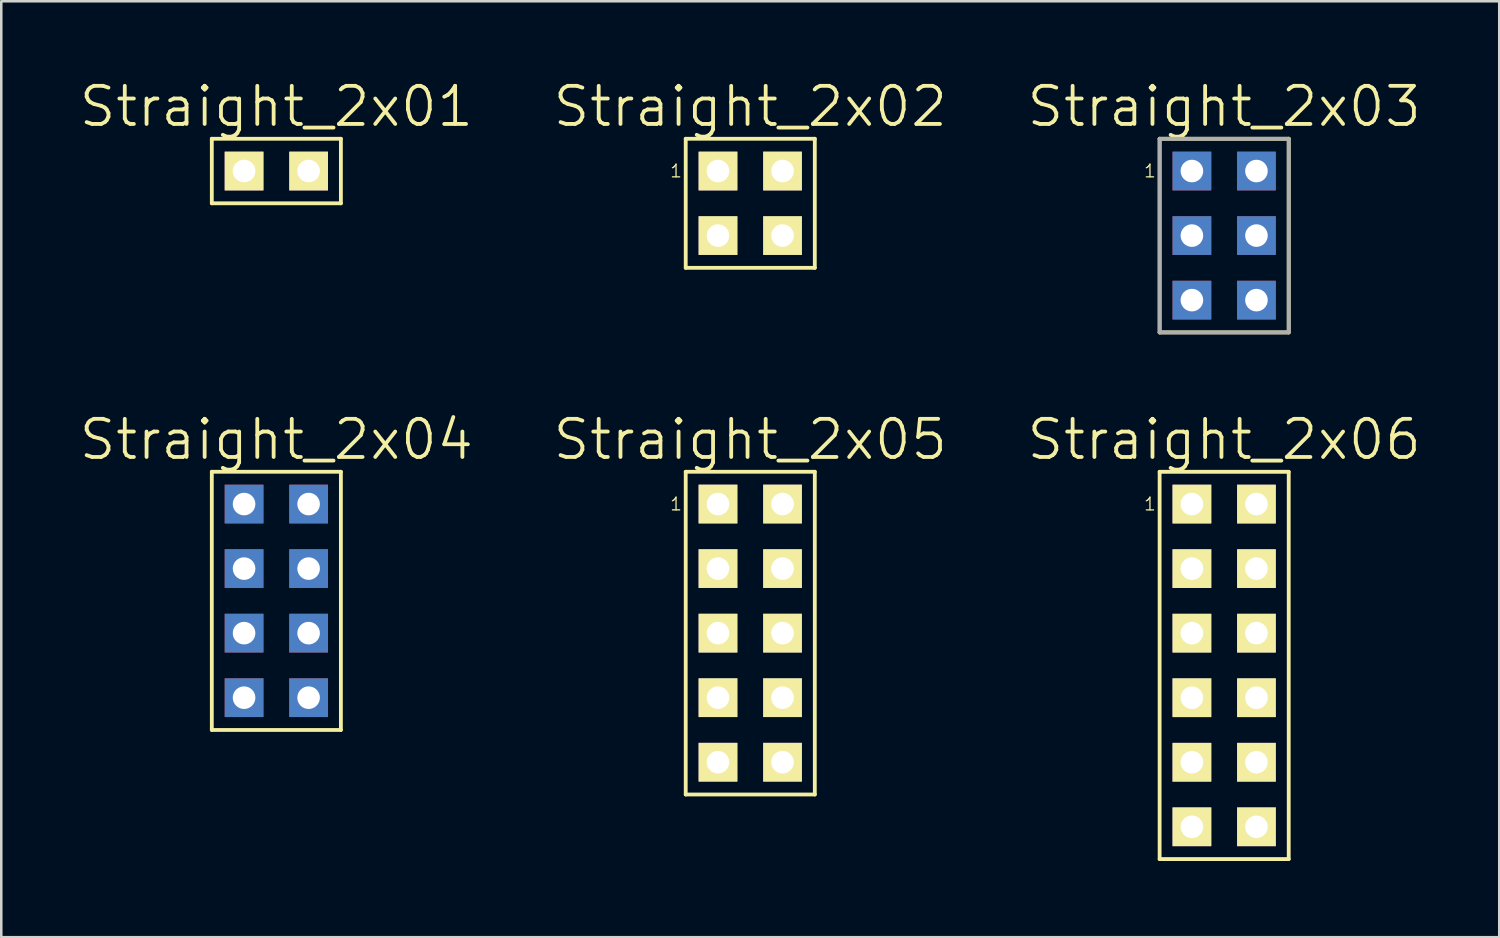
<source format=kicad_pcb>
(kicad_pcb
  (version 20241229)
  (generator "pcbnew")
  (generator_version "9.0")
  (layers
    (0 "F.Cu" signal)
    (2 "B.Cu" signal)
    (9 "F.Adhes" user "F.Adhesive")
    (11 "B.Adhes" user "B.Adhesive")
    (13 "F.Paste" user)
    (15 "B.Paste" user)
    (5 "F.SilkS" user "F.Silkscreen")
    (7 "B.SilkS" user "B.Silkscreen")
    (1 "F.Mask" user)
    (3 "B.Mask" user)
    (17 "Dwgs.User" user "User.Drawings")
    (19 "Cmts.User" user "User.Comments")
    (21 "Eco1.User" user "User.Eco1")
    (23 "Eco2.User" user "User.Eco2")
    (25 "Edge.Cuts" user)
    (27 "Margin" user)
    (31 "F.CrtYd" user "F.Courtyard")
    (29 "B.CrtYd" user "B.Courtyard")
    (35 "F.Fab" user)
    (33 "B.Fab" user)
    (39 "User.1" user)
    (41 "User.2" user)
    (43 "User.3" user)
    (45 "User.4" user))
  (footprint "Straight_2x02"
    (layer "F.Cu")
    (at 26.475 4.951)
    (property "Reference" "Straight_2x02" (at 0 -3.81 0) (layer "F.SilkS") (effects (font (size 1.5 1.5) (thickness 0.15))))
    (attr through_hole)
    (fp_line (start -2.54 -2.54) (end 2.54 -2.54) (stroke (width 0.15) (type solid)) (layer "F.SilkS"))
    (fp_line (start -2.54 2.54) (end -2.54 -2.54) (stroke (width 0.15) (type solid)) (layer "F.SilkS"))
    (fp_line (start 2.54 -2.54) (end 2.54 2.54) (stroke (width 0.15) (type solid)) (layer "F.SilkS"))
    (fp_line (start 2.54 2.54) (end -2.54 2.54) (stroke (width 0.15) (type solid)) (layer "F.SilkS"))
    (fp_text user "1" (at -2.921 -1.27 0) (layer "F.SilkS") (effects (font (size 0.5 0.5) (thickness 0.05))))
    (pad "1" thru_hole rect (at -1.27 -1.27) (size 1.524 1.524) (drill 0.889) (layers "*.Cu" "*.Mask" "F.SilkS"))
    (pad "2" thru_hole rect (at 1.27 -1.27) (size 1.524 1.524) (drill 0.889) (layers "*.Cu" "*.Mask" "F.SilkS"))
    (pad "3" thru_hole rect (at -1.27 1.27) (size 1.524 1.524) (drill 0.889) (layers "*.Cu" "*.Mask" "F.SilkS"))
    (pad "4" thru_hole rect (at 1.27 1.27) (size 1.524 1.524) (drill 0.889) (layers "*.Cu" "*.Mask" "F.SilkS")))
  (footprint "Straight_2x01"
    (layer "F.Cu")
    (at 7.825 3.681)
    (property "Reference" "Straight_2x01" (at 0 -2.54 0) (layer "F.SilkS") (effects (font (size 1.5 1.5) (thickness 0.15))))
    (attr through_hole)
    (fp_line (start -2.54 -1.27) (end 2.54 -1.27) (stroke (width 0.15) (type solid)) (layer "F.SilkS"))
    (fp_line (start -2.54 1.27) (end -2.54 -1.27) (stroke (width 0.15) (type solid)) (layer "F.SilkS"))
    (fp_line (start 2.54 -1.27) (end 2.54 1.27) (stroke (width 0.15) (type solid)) (layer "F.SilkS"))
    (fp_line (start 2.54 1.27) (end -2.54 1.27) (stroke (width 0.15) (type solid)) (layer "F.SilkS"))
    (pad "1" thru_hole rect (at -1.27 0) (size 1.524 1.524) (drill 0.889) (layers "*.Cu" "*.Mask" "F.SilkS"))
    (pad "2" thru_hole rect (at 1.27 0) (size 1.524 1.524) (drill 0.889) (layers "*.Cu" "*.Mask" "F.SilkS")))
  (footprint "Straight_2x04"
    (layer "F.Cu")
    (at 7.825 20.596)
    (property "Reference" "Straight_2x04" (at 0 -6.35 0) (layer "F.SilkS") (effects (font (size 1.5 1.5) (thickness 0.15))))
    (attr through_hole)
    (fp_line (start -2.54 -5.08) (end 2.54 -5.08) (stroke (width 0.15) (type solid)) (layer "F.SilkS"))
    (fp_line (start -2.54 5.08) (end -2.54 -5.08) (stroke (width 0.15) (type solid)) (layer "F.SilkS"))
    (fp_line (start 2.54 -5.08) (end 2.54 5.08) (stroke (width 0.15) (type solid)) (layer "F.SilkS"))
    (fp_line (start 2.54 5.08) (end -2.54 5.08) (stroke (width 0.15) (type solid)) (layer "F.SilkS"))
    (pad "1" thru_hole rect (at -1.27 -3.81) (size 1.524 1.524) (drill 0.889) (layers "*.Cu" "*.Mask"))
    (pad "2" thru_hole rect (at 1.27 -3.81) (size 1.524 1.524) (drill 0.889) (layers "*.Cu" "*.Mask"))
    (pad "3" thru_hole rect (at -1.27 -1.27) (size 1.524 1.524) (drill 0.889) (layers "*.Cu" "*.Mask"))
    (pad "4" thru_hole rect (at 1.27 -1.27) (size 1.524 1.524) (drill 0.889) (layers "*.Cu" "*.Mask"))
    (pad "5" thru_hole rect (at -1.27 1.27) (size 1.524 1.524) (drill 0.889) (layers "*.Cu" "*.Mask"))
    (pad "6" thru_hole rect (at 1.27 1.27) (size 1.524 1.524) (drill 0.889) (layers "*.Cu" "*.Mask"))
    (pad "7" thru_hole rect (at -1.27 3.81) (size 1.524 1.524) (drill 0.889) (layers "*.Cu" "*.Mask"))
    (pad "8" thru_hole rect (at 1.27 3.81) (size 1.524 1.524) (drill 0.889) (layers "*.Cu" "*.Mask")))
  (footprint "Straight_2x05"
    (layer "F.Cu")
    (at 26.475 21.866)
    (property "Reference" "Straight_2x05" (at 0 -7.62 0) (layer "F.SilkS") (effects (font (size 1.5 1.5) (thickness 0.15))))
    (attr through_hole)
    (fp_line (start -2.54 -6.35) (end 2.54 -6.35) (stroke (width 0.15) (type solid)) (layer "F.SilkS"))
    (fp_line (start -2.54 6.35) (end -2.54 -6.35) (stroke (width 0.15) (type solid)) (layer "F.SilkS"))
    (fp_line (start 2.54 -6.35) (end 2.54 6.35) (stroke (width 0.15) (type solid)) (layer "F.SilkS"))
    (fp_line (start 2.54 6.35) (end -2.54 6.35) (stroke (width 0.15) (type solid)) (layer "F.SilkS"))
    (fp_text user "1" (at -2.921 -5.08 0) (layer "F.SilkS") (effects (font (size 0.5 0.5) (thickness 0.05))))
    (pad "1" thru_hole rect (at -1.27 -5.08) (size 1.524 1.524) (drill 0.889) (layers "*.Cu" "*.Mask" "F.SilkS"))
    (pad "2" thru_hole rect (at 1.27 -5.08) (size 1.524 1.524) (drill 0.889) (layers "*.Cu" "*.Mask" "F.SilkS"))
    (pad "3" thru_hole rect (at -1.27 -2.54) (size 1.524 1.524) (drill 0.889) (layers "*.Cu" "*.Mask" "F.SilkS"))
    (pad "4" thru_hole rect (at 1.27 -2.54) (size 1.524 1.524) (drill 0.889) (layers "*.Cu" "*.Mask" "F.SilkS"))
    (pad "5" thru_hole rect (at -1.27 0) (size 1.524 1.524) (drill 0.889) (layers "*.Cu" "*.Mask" "F.SilkS"))
    (pad "6" thru_hole rect (at 1.27 0) (size 1.524 1.524) (drill 0.889) (layers "*.Cu" "*.Mask" "F.SilkS"))
    (pad "7" thru_hole rect (at -1.27 2.54) (size 1.524 1.524) (drill 0.889) (layers "*.Cu" "*.Mask" "F.SilkS"))
    (pad "8" thru_hole rect (at 1.27 2.54) (size 1.524 1.524) (drill 0.889) (layers "*.Cu" "*.Mask" "F.SilkS"))
    (pad "9" thru_hole rect (at -1.27 5.08) (size 1.524 1.524) (drill 0.889) (layers "*.Cu" "*.Mask" "F.SilkS"))
    (pad "10" thru_hole rect (at 1.27 5.08) (size 1.524 1.524) (drill 0.889) (layers "*.Cu" "*.Mask" "F.SilkS")))
  (footprint "Straight_2x03"
    (layer "F.Cu")
    (at 45.125 6.221)
    (property "Reference" "Straight_2x03" (at 0 -5.08 0) (layer "F.SilkS") (effects (font (size 1.5 1.5) (thickness 0.15))))
    (attr through_hole)
    (fp_line (start -2.54 -3.81) (end 2.54 -3.81) (stroke (width 0.15) (type solid)) (layer "F.SilkS"))
    (fp_line (start -2.54 3.81) (end -2.54 -3.81) (stroke (width 0.15) (type solid)) (layer "F.SilkS"))
    (fp_line (start 2.54 -3.81) (end 2.54 3.81) (stroke (width 0.15) (type solid)) (layer "F.SilkS"))
    (fp_line (start 2.54 3.81) (end -2.54 3.81) (stroke (width 0.15) (type solid)) (layer "F.SilkS"))
    (fp_line (start -2.54 -3.81) (end 2.54 -3.81) (stroke (width 0.15) (type solid)) (layer "F.Fab"))
    (fp_line (start -2.54 3.81) (end -2.54 -3.81) (stroke (width 0.15) (type solid)) (layer "F.Fab"))
    (fp_line (start 2.54 -3.81) (end 2.54 3.81) (stroke (width 0.15) (type solid)) (layer "F.Fab"))
    (fp_line (start 2.54 3.81) (end -2.54 3.81) (stroke (width 0.15) (type solid)) (layer "F.Fab"))
    (fp_text user "1" (at -2.921 -2.54 0) (layer "F.SilkS") (effects (font (size 0.5 0.5) (thickness 0.05))))
    (pad "1" thru_hole rect (at -1.27 -2.54) (size 1.524 1.524) (drill 0.889) (layers "*.Cu" "*.Mask"))
    (pad "2" thru_hole rect (at 1.27 -2.54) (size 1.524 1.524) (drill 0.889) (layers "*.Cu" "*.Mask"))
    (pad "3" thru_hole rect (at -1.27 0) (size 1.524 1.524) (drill 0.889) (layers "*.Cu" "*.Mask"))
    (pad "4" thru_hole rect (at 1.27 0) (size 1.524 1.524) (drill 0.889) (layers "*.Cu" "*.Mask"))
    (pad "5" thru_hole rect (at -1.27 2.54) (size 1.524 1.524) (drill 0.889) (layers "*.Cu" "*.Mask"))
    (pad "6" thru_hole rect (at 1.27 2.54) (size 1.524 1.524) (drill 0.889) (layers "*.Cu" "*.Mask")))
  (footprint "Straight_2x06"
    (layer "F.Cu")
    (at 45.125 23.137)
    (property "Reference" "Straight_2x06" (at 0 -8.89 0) (layer "F.SilkS") (effects (font (size 1.5 1.5) (thickness 0.15))))
    (attr through_hole)
    (fp_line (start -2.54 -7.62) (end 2.54 -7.62) (stroke (width 0.15) (type solid)) (layer "F.SilkS"))
    (fp_line (start -2.54 7.62) (end -2.54 -7.62) (stroke (width 0.15) (type solid)) (layer "F.SilkS"))
    (fp_line (start 2.54 -7.62) (end 2.54 7.62) (stroke (width 0.15) (type solid)) (layer "F.SilkS"))
    (fp_line (start 2.54 7.62) (end -2.54 7.62) (stroke (width 0.15) (type solid)) (layer "F.SilkS"))
    (fp_text user "1" (at -2.921 -6.35 0) (layer "F.SilkS") (effects (font (size 0.5 0.5) (thickness 0.05))))
    (pad "1" thru_hole rect (at -1.27 -6.35) (size 1.524 1.524) (drill 0.889) (layers "*.Cu" "*.Mask" "F.SilkS"))
    (pad "2" thru_hole rect (at 1.27 -6.35) (size 1.524 1.524) (drill 0.889) (layers "*.Cu" "*.Mask" "F.SilkS"))
    (pad "3" thru_hole rect (at -1.27 -3.81) (size 1.524 1.524) (drill 0.889) (layers "*.Cu" "*.Mask" "F.SilkS"))
    (pad "4" thru_hole rect (at 1.27 -3.81) (size 1.524 1.524) (drill 0.889) (layers "*.Cu" "*.Mask" "F.SilkS"))
    (pad "5" thru_hole rect (at -1.27 -1.27) (size 1.524 1.524) (drill 0.889) (layers "*.Cu" "*.Mask" "F.SilkS"))
    (pad "6" thru_hole rect (at 1.27 -1.27) (size 1.524 1.524) (drill 0.889) (layers "*.Cu" "*.Mask" "F.SilkS"))
    (pad "7" thru_hole rect (at -1.27 1.27) (size 1.524 1.524) (drill 0.889) (layers "*.Cu" "*.Mask" "F.SilkS"))
    (pad "8" thru_hole rect (at 1.27 1.27) (size 1.524 1.524) (drill 0.889) (layers "*.Cu" "*.Mask" "F.SilkS"))
    (pad "9" thru_hole rect (at -1.27 3.81) (size 1.524 1.524) (drill 0.889) (layers "*.Cu" "*.Mask" "F.SilkS"))
    (pad "10" thru_hole rect (at 1.27 3.81) (size 1.524 1.524) (drill 0.889) (layers "*.Cu" "*.Mask" "F.SilkS"))
    (pad "11" thru_hole rect (at -1.27 6.35) (size 1.524 1.524) (drill 0.889) (layers "*.Cu" "*.Mask" "F.SilkS"))
    (pad "12" thru_hole rect (at 1.27 6.35) (size 1.524 1.524) (drill 0.889) (layers "*.Cu" "*.Mask" "F.SilkS")))
  (gr_rect
    (start -3 -3)
    (end 55.95 33.831)
    (stroke (width 0.1) (type default))
    (fill no)
    (layer "Edge.Cuts")))
</source>
